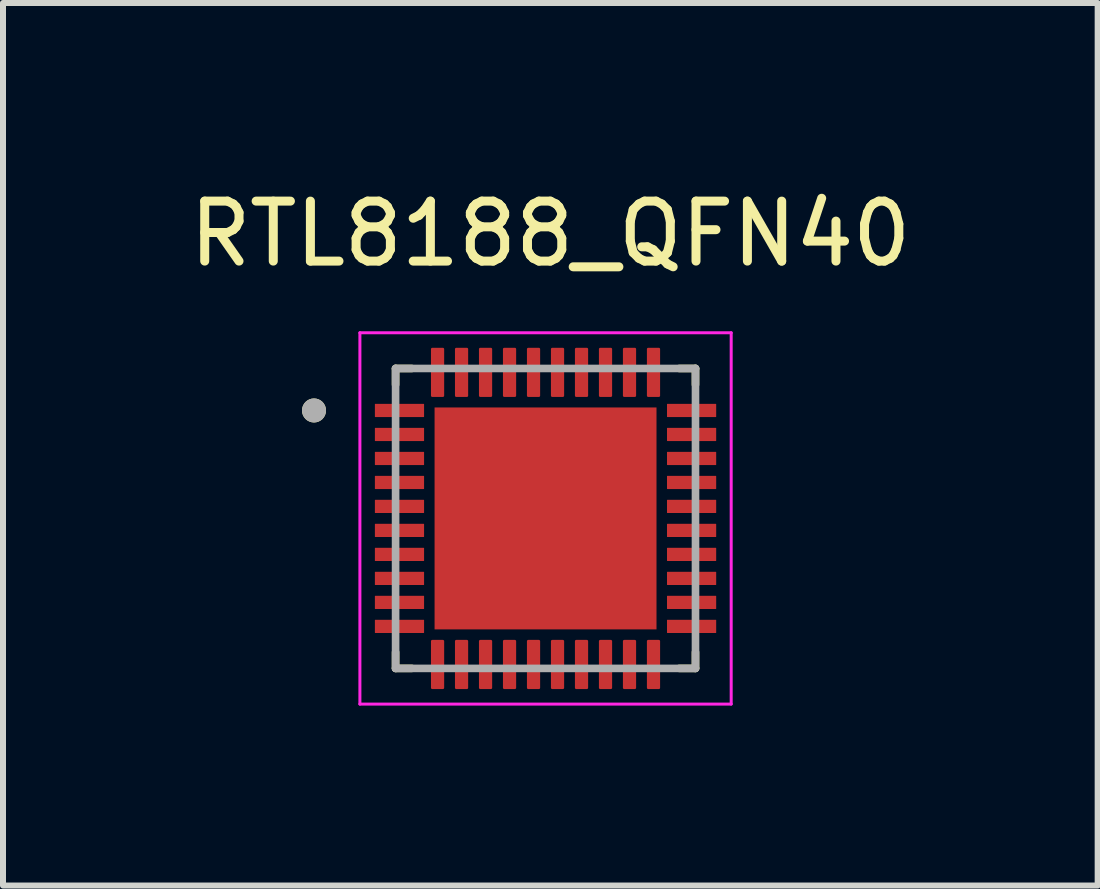
<source format=kicad_pcb>
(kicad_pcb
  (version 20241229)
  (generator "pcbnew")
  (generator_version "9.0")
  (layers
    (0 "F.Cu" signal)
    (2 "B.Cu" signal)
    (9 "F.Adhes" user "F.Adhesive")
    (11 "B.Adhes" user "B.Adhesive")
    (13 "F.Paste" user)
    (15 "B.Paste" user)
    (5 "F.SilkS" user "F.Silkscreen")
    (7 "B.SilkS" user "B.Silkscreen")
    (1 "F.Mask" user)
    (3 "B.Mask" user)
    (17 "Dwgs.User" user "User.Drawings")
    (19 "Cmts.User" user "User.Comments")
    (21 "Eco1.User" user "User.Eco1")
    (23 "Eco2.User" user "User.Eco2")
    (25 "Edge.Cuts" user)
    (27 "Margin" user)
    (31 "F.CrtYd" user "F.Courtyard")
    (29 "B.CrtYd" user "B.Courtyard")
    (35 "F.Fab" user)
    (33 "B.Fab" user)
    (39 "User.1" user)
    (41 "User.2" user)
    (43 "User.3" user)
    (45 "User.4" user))
  (footprint "RTL8188_QFN40"
    (layer "F.Cu")
    (at 6.045 5.593)
    (property "Reference" "RTL8188_QFN40" (at 0.08 -4.745 0) (layer "F.SilkS") (effects (font (size 1 1) (thickness 0.15))))
    (attr smd)
    (fp_line (start -2.5 -2.5) (end -2.5 -2.23) (stroke (width 0.127) (type solid)) (layer "F.SilkS"))
    (fp_line (start -2.5 2.5) (end -2.5 2.23) (stroke (width 0.127) (type solid)) (layer "F.SilkS"))
    (fp_line (start -2.5 2.5) (end -2.23 2.5) (stroke (width 0.127) (type solid)) (layer "F.SilkS"))
    (fp_line (start -2.23 -2.5) (end -2.5 -2.5) (stroke (width 0.127) (type solid)) (layer "F.SilkS"))
    (fp_line (start 2.23 2.5) (end 2.5 2.5) (stroke (width 0.127) (type solid)) (layer "F.SilkS"))
    (fp_line (start 2.5 -2.5) (end 2.23 -2.5) (stroke (width 0.127) (type solid)) (layer "F.SilkS"))
    (fp_line (start 2.5 -2.23) (end 2.5 -2.5) (stroke (width 0.127) (type solid)) (layer "F.SilkS"))
    (fp_line (start 2.5 2.5) (end 2.5 2.23) (stroke (width 0.127) (type solid)) (layer "F.SilkS"))
    (fp_circle (center -3.86 -1.8) (end -3.76 -1.8) (stroke (width 0.2) (type solid)) (fill no) (layer "F.SilkS"))
    (fp_poly (pts (xy -1.395 -1.395) (xy -0.225 -1.395) (xy -0.225 -0.225) (xy -1.395 -0.225)) (stroke (width 0.01) (type solid)) (fill yes) (layer "F.Paste"))
    (fp_poly (pts (xy -1.395 0.225) (xy -0.225 0.225) (xy -0.225 1.395) (xy -1.395 1.395)) (stroke (width 0.01) (type solid)) (fill yes) (layer "F.Paste"))
    (fp_poly (pts (xy 0.225 -1.395) (xy 1.395 -1.395) (xy 1.395 -0.225) (xy 0.225 -0.225)) (stroke (width 0.01) (type solid)) (fill yes) (layer "F.Paste"))
    (fp_poly (pts (xy 0.225 0.225) (xy 1.395 0.225) (xy 1.395 1.395) (xy 0.225 1.395)) (stroke (width 0.01) (type solid)) (fill yes) (layer "F.Paste"))
    (fp_line (start -3.095 -3.095) (end -3.095 3.095) (stroke (width 0.05) (type solid)) (layer "F.CrtYd"))
    (fp_line (start -3.095 3.095) (end 3.095 3.095) (stroke (width 0.05) (type solid)) (layer "F.CrtYd"))
    (fp_line (start 3.095 -3.095) (end -3.095 -3.095) (stroke (width 0.05) (type solid)) (layer "F.CrtYd"))
    (fp_line (start 3.095 3.095) (end 3.095 -3.095) (stroke (width 0.05) (type solid)) (layer "F.CrtYd"))
    (fp_line (start -2.5 -2.5) (end -2.5 2.5) (stroke (width 0.127) (type solid)) (layer "F.Fab"))
    (fp_line (start -2.5 2.5) (end 2.5 2.5) (stroke (width 0.127) (type solid)) (layer "F.Fab"))
    (fp_line (start 2.5 -2.5) (end -2.5 -2.5) (stroke (width 0.127) (type solid)) (layer "F.Fab"))
    (fp_line (start 2.5 2.5) (end 2.5 -2.5) (stroke (width 0.127) (type solid)) (layer "F.Fab"))
    (fp_circle (center -3.86 -1.8) (end -3.76 -1.8) (stroke (width 0.2) (type solid)) (fill no) (layer "F.Fab"))
    (pad "1" smd roundrect (at -2.435 -1.8) (size 0.82 0.22) (layers "F.Cu" "F.Mask" "F.Paste") (roundrect_rratio 0.03))
    (pad "2" smd roundrect (at -2.435 -1.4) (size 0.82 0.22) (layers "F.Cu" "F.Mask" "F.Paste") (roundrect_rratio 0.03))
    (pad "3" smd roundrect (at -2.435 -1) (size 0.82 0.22) (layers "F.Cu" "F.Mask" "F.Paste") (roundrect_rratio 0.03))
    (pad "4" smd roundrect (at -2.435 -0.6) (size 0.82 0.22) (layers "F.Cu" "F.Mask" "F.Paste") (roundrect_rratio 0.03))
    (pad "5" smd roundrect (at -2.435 -0.2) (size 0.82 0.22) (layers "F.Cu" "F.Mask" "F.Paste") (roundrect_rratio 0.03))
    (pad "6" smd roundrect (at -2.435 0.2) (size 0.82 0.22) (layers "F.Cu" "F.Mask" "F.Paste") (roundrect_rratio 0.03))
    (pad "7" smd roundrect (at -2.435 0.6) (size 0.82 0.22) (layers "F.Cu" "F.Mask" "F.Paste") (roundrect_rratio 0.03))
    (pad "8" smd roundrect (at -2.435 1) (size 0.82 0.22) (layers "F.Cu" "F.Mask" "F.Paste") (roundrect_rratio 0.03))
    (pad "9" smd roundrect (at -2.435 1.4) (size 0.82 0.22) (layers "F.Cu" "F.Mask" "F.Paste") (roundrect_rratio 0.03))
    (pad "10" smd roundrect (at -2.435 1.8) (size 0.82 0.22) (layers "F.Cu" "F.Mask" "F.Paste") (roundrect_rratio 0.03))
    (pad "11" smd roundrect (at -1.8 2.435) (size 0.22 0.82) (layers "F.Cu" "F.Mask" "F.Paste") (roundrect_rratio 0.1))
    (pad "12" smd roundrect (at -1.4 2.435) (size 0.22 0.82) (layers "F.Cu" "F.Mask" "F.Paste") (roundrect_rratio 0.1))
    (pad "13" smd roundrect (at -1 2.435) (size 0.22 0.82) (layers "F.Cu" "F.Mask" "F.Paste") (roundrect_rratio 0.1))
    (pad "14" smd roundrect (at -0.6 2.435) (size 0.22 0.82) (layers "F.Cu" "F.Mask" "F.Paste") (roundrect_rratio 0.1))
    (pad "15" smd roundrect (at -0.2 2.435) (size 0.22 0.82) (layers "F.Cu" "F.Mask" "F.Paste") (roundrect_rratio 0.1))
    (pad "16" smd roundrect (at 0.2 2.435) (size 0.22 0.82) (layers "F.Cu" "F.Mask" "F.Paste") (roundrect_rratio 0.1))
    (pad "17" smd roundrect (at 0.6 2.435) (size 0.22 0.82) (layers "F.Cu" "F.Mask" "F.Paste") (roundrect_rratio 0.1))
    (pad "18" smd roundrect (at 1 2.435) (size 0.22 0.82) (layers "F.Cu" "F.Mask" "F.Paste") (roundrect_rratio 0.1))
    (pad "19" smd roundrect (at 1.4 2.435) (size 0.22 0.82) (layers "F.Cu" "F.Mask" "F.Paste") (roundrect_rratio 0.1))
    (pad "20" smd roundrect (at 1.8 2.435) (size 0.22 0.82) (layers "F.Cu" "F.Mask" "F.Paste") (roundrect_rratio 0.1))
    (pad "21" smd roundrect (at 2.435 1.8) (size 0.82 0.22) (layers "F.Cu" "F.Mask" "F.Paste") (roundrect_rratio 0.03))
    (pad "22" smd roundrect (at 2.435 1.4) (size 0.82 0.22) (layers "F.Cu" "F.Mask" "F.Paste") (roundrect_rratio 0.03))
    (pad "23" smd roundrect (at 2.435 1) (size 0.82 0.22) (layers "F.Cu" "F.Mask" "F.Paste") (roundrect_rratio 0.03))
    (pad "24" smd roundrect (at 2.435 0.6) (size 0.82 0.22) (layers "F.Cu" "F.Mask" "F.Paste") (roundrect_rratio 0.03))
    (pad "25" smd roundrect (at 2.435 0.2) (size 0.82 0.22) (layers "F.Cu" "F.Mask" "F.Paste") (roundrect_rratio 0.03))
    (pad "26" smd roundrect (at 2.435 -0.2) (size 0.82 0.22) (layers "F.Cu" "F.Mask" "F.Paste") (roundrect_rratio 0.03))
    (pad "27" smd roundrect (at 2.435 -0.6) (size 0.82 0.22) (layers "F.Cu" "F.Mask" "F.Paste") (roundrect_rratio 0.03))
    (pad "28" smd roundrect (at 2.435 -1) (size 0.82 0.22) (layers "F.Cu" "F.Mask" "F.Paste") (roundrect_rratio 0.03))
    (pad "29" smd roundrect (at 2.435 -1.4) (size 0.82 0.22) (layers "F.Cu" "F.Mask" "F.Paste") (roundrect_rratio 0.03))
    (pad "30" smd roundrect (at 2.435 -1.8) (size 0.82 0.22) (layers "F.Cu" "F.Mask" "F.Paste") (roundrect_rratio 0.03))
    (pad "31" smd roundrect (at 1.8 -2.435) (size 0.22 0.82) (layers "F.Cu" "F.Mask" "F.Paste") (roundrect_rratio 0.1))
    (pad "32" smd roundrect (at 1.4 -2.435) (size 0.22 0.82) (layers "F.Cu" "F.Mask" "F.Paste") (roundrect_rratio 0.1))
    (pad "33" smd roundrect (at 1 -2.435) (size 0.22 0.82) (layers "F.Cu" "F.Mask" "F.Paste") (roundrect_rratio 0.1))
    (pad "34" smd roundrect (at 0.6 -2.435) (size 0.22 0.82) (layers "F.Cu" "F.Mask" "F.Paste") (roundrect_rratio 0.1))
    (pad "35" smd roundrect (at 0.2 -2.435) (size 0.22 0.82) (layers "F.Cu" "F.Mask" "F.Paste") (roundrect_rratio 0.1))
    (pad "36" smd roundrect (at -0.2 -2.435) (size 0.22 0.82) (layers "F.Cu" "F.Mask" "F.Paste") (roundrect_rratio 0.1))
    (pad "37" smd roundrect (at -0.6 -2.435) (size 0.22 0.82) (layers "F.Cu" "F.Mask" "F.Paste") (roundrect_rratio 0.1))
    (pad "38" smd roundrect (at -1 -2.435) (size 0.22 0.82) (layers "F.Cu" "F.Mask" "F.Paste") (roundrect_rratio 0.1))
    (pad "39" smd roundrect (at -1.4 -2.435) (size 0.22 0.82) (layers "F.Cu" "F.Mask" "F.Paste") (roundrect_rratio 0.1))
    (pad "40" smd roundrect (at -1.8 -2.435) (size 0.22 0.82) (layers "F.Cu" "F.Mask" "F.Paste") (roundrect_rratio 0.1))
    (pad "41" smd rect (at 0 0) (size 3.7 3.7) (layers "F.Cu" "F.Mask")))
  (gr_rect
    (start -3 -3)
    (end 15.25 11.713)
    (stroke (width 0.1) (type default))
    (fill no)
    (layer "Edge.Cuts")))
</source>
